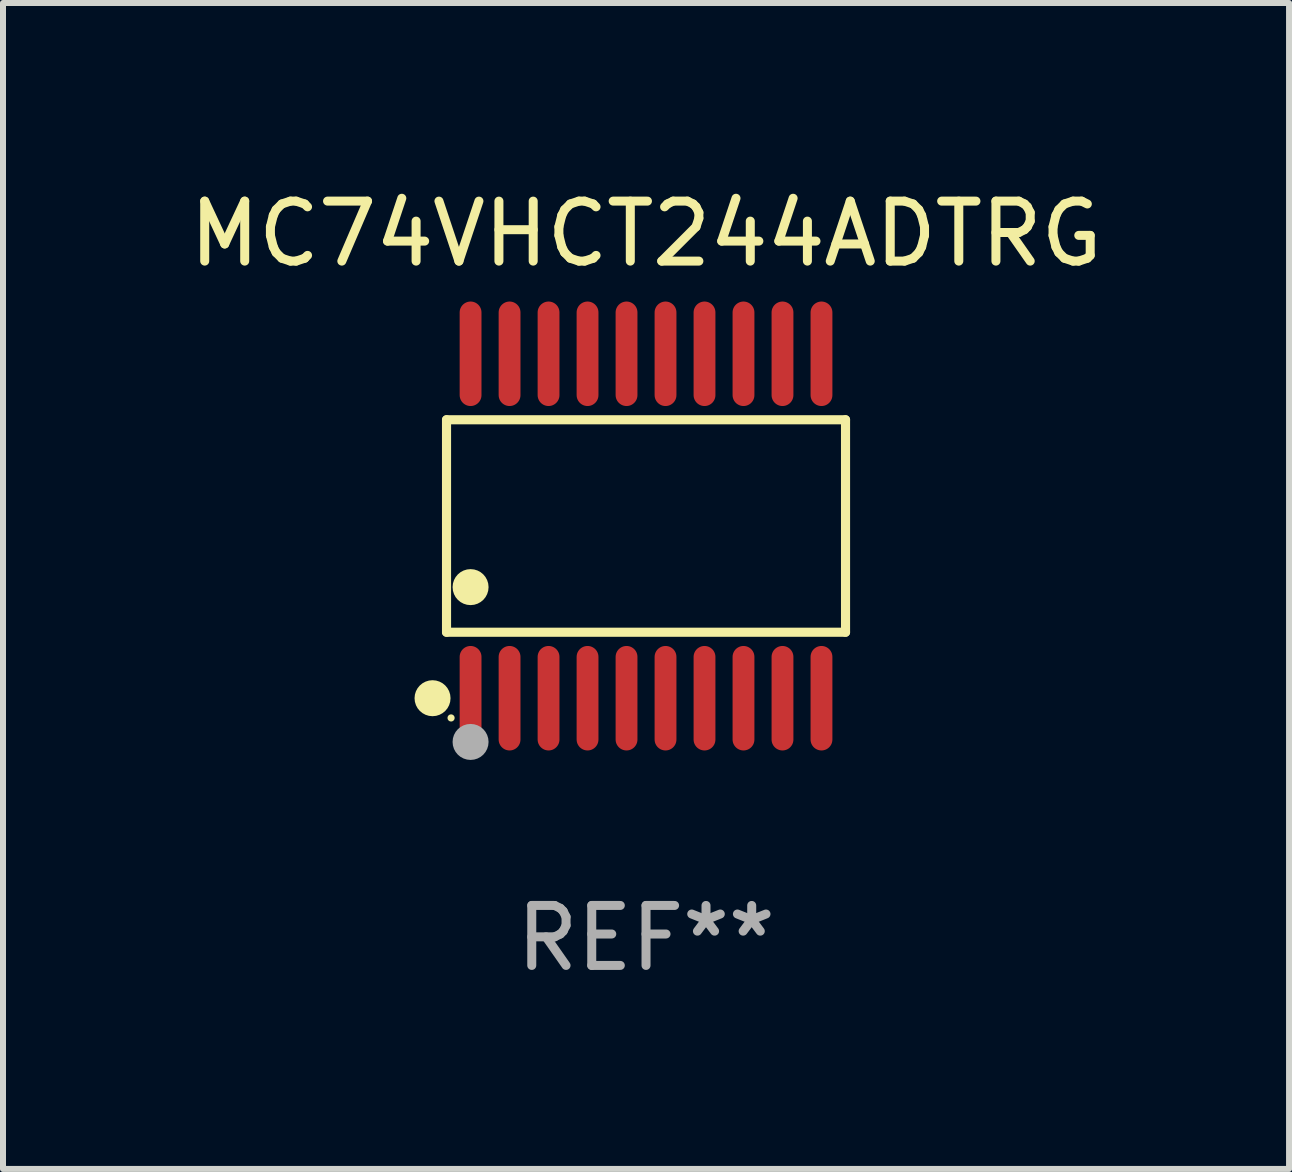
<source format=kicad_pcb>
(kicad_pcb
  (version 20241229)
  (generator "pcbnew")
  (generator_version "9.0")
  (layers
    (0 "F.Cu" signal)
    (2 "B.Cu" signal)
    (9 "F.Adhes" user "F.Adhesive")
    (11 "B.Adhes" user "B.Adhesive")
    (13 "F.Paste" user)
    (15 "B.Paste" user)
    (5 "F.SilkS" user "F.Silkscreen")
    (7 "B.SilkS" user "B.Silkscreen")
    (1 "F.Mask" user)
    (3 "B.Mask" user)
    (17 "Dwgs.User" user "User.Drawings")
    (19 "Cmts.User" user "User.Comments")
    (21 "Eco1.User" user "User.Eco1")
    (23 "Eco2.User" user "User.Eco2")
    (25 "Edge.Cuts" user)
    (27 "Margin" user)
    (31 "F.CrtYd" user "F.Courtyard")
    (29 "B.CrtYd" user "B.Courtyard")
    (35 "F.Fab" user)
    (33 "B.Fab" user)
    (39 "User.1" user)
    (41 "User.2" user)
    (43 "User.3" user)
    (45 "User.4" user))
  (footprint "MC74VHCT244ADTRG"
    (layer "F.Cu")
    (at 7.72 5.719)
    (property "Reference" "MC74VHCT244ADTRG" (at 0 -4.871 0) (layer "F.SilkS") (effects (font (size 1 1) (thickness 0.15))))
    (attr through_hole)
    (fp_line (start -3.326 -1.771) (end 3.326 -1.771) (stroke (width 0.152) (type solid)) (layer "F.SilkS"))
    (fp_line (start -3.326 1.771) (end -3.326 -1.771) (stroke (width 0.152) (type solid)) (layer "F.SilkS"))
    (fp_line (start 3.326 -1.771) (end 3.326 1.771) (stroke (width 0.152) (type solid)) (layer "F.SilkS"))
    (fp_line (start 3.326 1.771) (end -3.326 1.771) (stroke (width 0.152) (type solid)) (layer "F.SilkS"))
    (fp_circle (center -3.559 2.871) (end -3.409 2.871) (stroke (width 0.3) (type solid)) (fill no) (layer "F.SilkS"))
    (fp_circle (center -3.25 3.2) (end -3.22 3.2) (stroke (width 0.06) (type solid)) (fill no) (layer "F.SilkS"))
    (fp_circle (center -2.925 1.019) (end -2.775 1.019) (stroke (width 0.3) (type solid)) (fill no) (layer "F.SilkS"))
    (fp_circle (center -2.925 3.6) (end -2.775 3.6) (stroke (width 0.3) (type solid)) (fill no) (layer "F.Fab"))
    (fp_text user "REF**" (at 0 6.871 0) (layer "F.Fab") (effects (font (size 1 1) (thickness 0.15))))
    (pad "1" smd oval (at -2.925 2.871) (size 0.364 1.742) (layers "F.Cu" "F.Mask" "F.Paste"))
    (pad "2" smd oval (at -2.275 2.871) (size 0.364 1.742) (layers "F.Cu" "F.Mask" "F.Paste"))
    (pad "3" smd oval (at -1.625 2.871) (size 0.364 1.742) (layers "F.Cu" "F.Mask" "F.Paste"))
    (pad "4" smd oval (at -0.975 2.871) (size 0.364 1.742) (layers "F.Cu" "F.Mask" "F.Paste"))
    (pad "5" smd oval (at -0.325 2.871) (size 0.364 1.742) (layers "F.Cu" "F.Mask" "F.Paste"))
    (pad "6" smd oval (at 0.325 2.871) (size 0.364 1.742) (layers "F.Cu" "F.Mask" "F.Paste"))
    (pad "7" smd oval (at 0.975 2.871) (size 0.364 1.742) (layers "F.Cu" "F.Mask" "F.Paste"))
    (pad "8" smd oval (at 1.625 2.871) (size 0.364 1.742) (layers "F.Cu" "F.Mask" "F.Paste"))
    (pad "9" smd oval (at 2.275 2.871) (size 0.364 1.742) (layers "F.Cu" "F.Mask" "F.Paste"))
    (pad "10" smd oval (at 2.925 2.871) (size 0.364 1.742) (layers "F.Cu" "F.Mask" "F.Paste"))
    (pad "11" smd oval (at 2.925 -2.871) (size 0.364 1.742) (layers "F.Cu" "F.Mask" "F.Paste"))
    (pad "12" smd oval (at 2.275 -2.871) (size 0.364 1.742) (layers "F.Cu" "F.Mask" "F.Paste"))
    (pad "13" smd oval (at 1.625 -2.871) (size 0.364 1.742) (layers "F.Cu" "F.Mask" "F.Paste"))
    (pad "14" smd oval (at 0.975 -2.871) (size 0.364 1.742) (layers "F.Cu" "F.Mask" "F.Paste"))
    (pad "15" smd oval (at 0.325 -2.871) (size 0.364 1.742) (layers "F.Cu" "F.Mask" "F.Paste"))
    (pad "16" smd oval (at -0.325 -2.871) (size 0.364 1.742) (layers "F.Cu" "F.Mask" "F.Paste"))
    (pad "17" smd oval (at -0.975 -2.871) (size 0.364 1.742) (layers "F.Cu" "F.Mask" "F.Paste"))
    (pad "18" smd oval (at -1.625 -2.871) (size 0.364 1.742) (layers "F.Cu" "F.Mask" "F.Paste"))
    (pad "19" smd oval (at -2.275 -2.871) (size 0.364 1.742) (layers "F.Cu" "F.Mask" "F.Paste"))
    (pad "20" smd oval (at -2.925 -2.871) (size 0.364 1.742) (layers "F.Cu" "F.Mask" "F.Paste")))
  (gr_rect
    (start -3 -3)
    (end 18.44 16.438)
    (stroke (width 0.1) (type default))
    (fill no)
    (layer "Edge.Cuts")))
</source>
